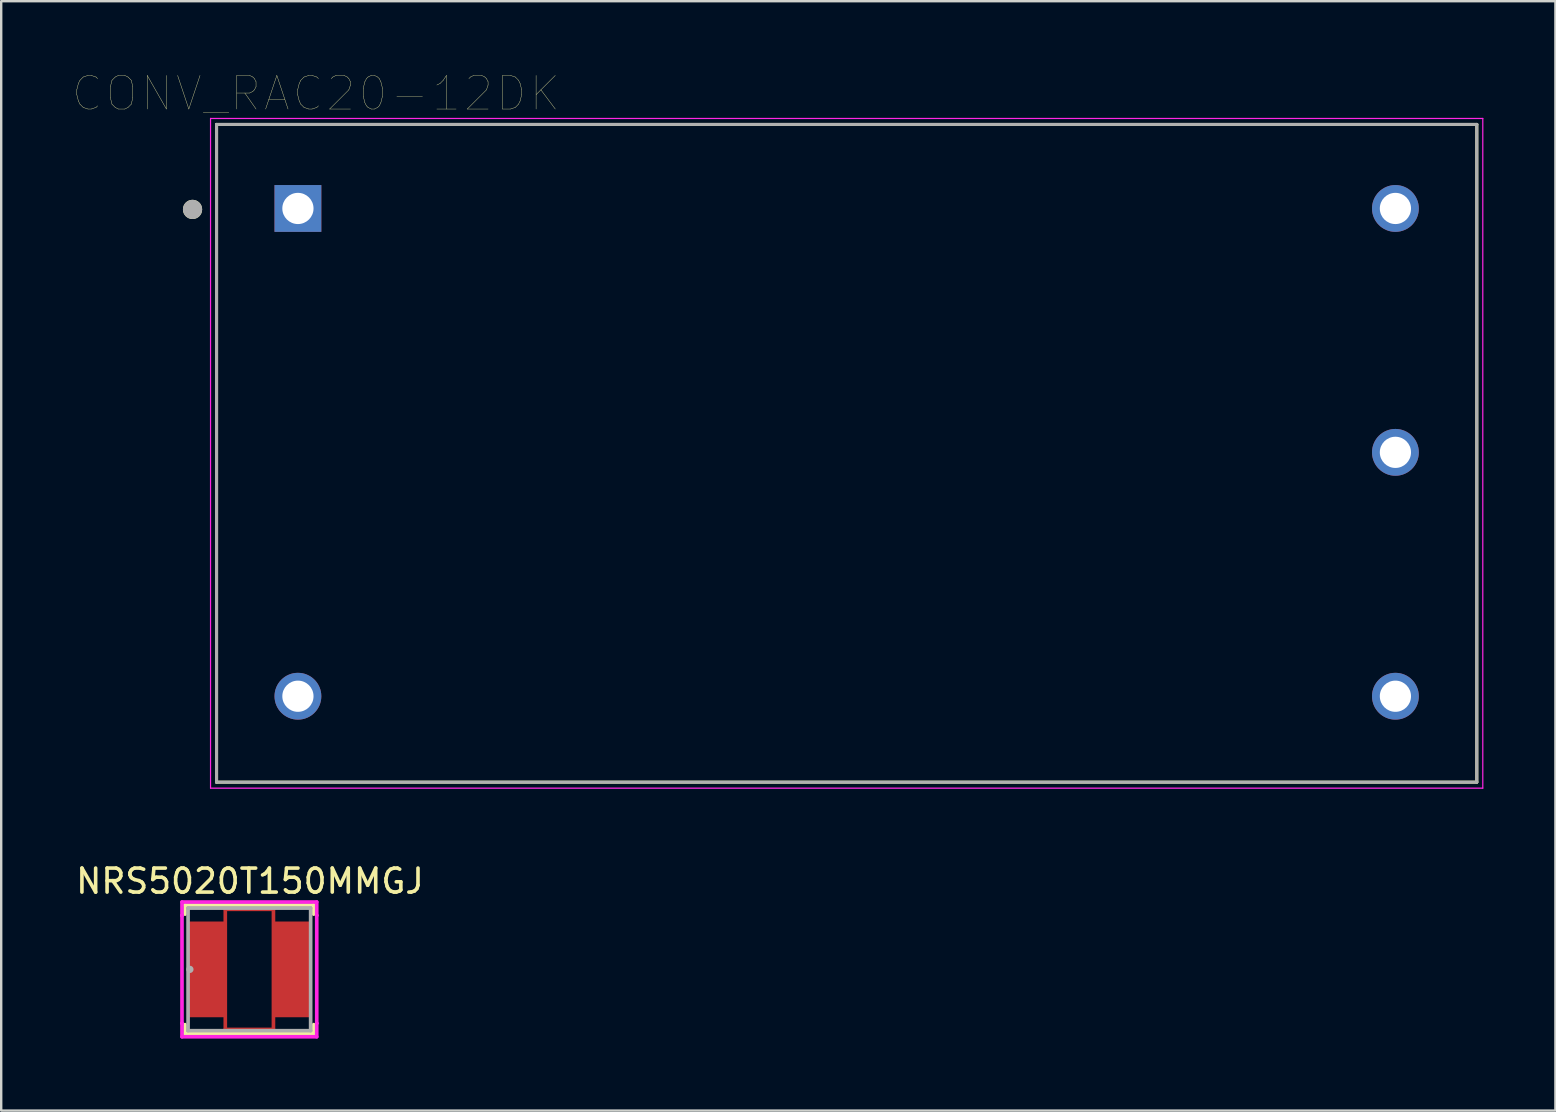
<source format=kicad_pcb>
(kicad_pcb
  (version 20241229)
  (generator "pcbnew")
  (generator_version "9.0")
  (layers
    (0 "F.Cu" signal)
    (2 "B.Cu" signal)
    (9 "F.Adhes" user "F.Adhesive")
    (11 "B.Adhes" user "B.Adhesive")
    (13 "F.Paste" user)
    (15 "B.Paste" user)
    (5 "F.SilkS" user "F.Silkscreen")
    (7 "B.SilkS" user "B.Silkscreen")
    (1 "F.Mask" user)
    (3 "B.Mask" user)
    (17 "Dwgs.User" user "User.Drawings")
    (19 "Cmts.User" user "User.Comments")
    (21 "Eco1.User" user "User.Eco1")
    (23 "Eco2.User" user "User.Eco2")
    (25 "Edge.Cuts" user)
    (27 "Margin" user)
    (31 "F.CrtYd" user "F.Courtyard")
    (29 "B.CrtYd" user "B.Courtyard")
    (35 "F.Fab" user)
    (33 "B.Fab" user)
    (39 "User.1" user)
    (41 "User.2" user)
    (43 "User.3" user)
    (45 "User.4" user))
  (footprint "NRS5020T150MMGJ"
    (layer "F.Cu")
    (at 7.338 37.333)
    (property "Reference" "NRS5020T150MMGJ" (at 0.025 -3.675 0) (layer "F.SilkS") (effects (font (size 1 1) (thickness 0.15))))
    (attr through_hole)
    (fp_line (start -1.003 -2.502) (end 1.003 -2.502) (stroke (width 0.152) (type solid)) (layer "F.Cu"))
    (fp_line (start -1.003 2.502) (end -1.003 -2.502) (stroke (width 0.152) (type solid)) (layer "F.Cu"))
    (fp_line (start 1.003 -2.502) (end 1.003 2.502) (stroke (width 0.152) (type solid)) (layer "F.Cu"))
    (fp_line (start 1.003 2.502) (end -1.003 2.502) (stroke (width 0.152) (type solid)) (layer "F.Cu"))
    (fp_line (start -2.68 -2.68) (end -2.68 -2.301) (stroke (width 0.152) (type solid)) (layer "F.SilkS"))
    (fp_line (start -2.68 2.301) (end -2.68 2.68) (stroke (width 0.152) (type solid)) (layer "F.SilkS"))
    (fp_line (start -2.68 2.68) (end 2.68 2.68) (stroke (width 0.152) (type solid)) (layer "F.SilkS"))
    (fp_line (start 2.68 -2.68) (end -2.68 -2.68) (stroke (width 0.152) (type solid)) (layer "F.SilkS"))
    (fp_line (start 2.68 -2.301) (end 2.68 -2.68) (stroke (width 0.152) (type solid)) (layer "F.SilkS"))
    (fp_line (start 2.68 2.68) (end 2.68 2.301) (stroke (width 0.152) (type solid)) (layer "F.SilkS"))
    (fp_line (start -2.807 -2.807) (end 2.807 -2.807) (stroke (width 0.152) (type solid)) (layer "F.CrtYd"))
    (fp_line (start -2.807 -2.248) (end -2.807 -2.807) (stroke (width 0.152) (type solid)) (layer "F.CrtYd"))
    (fp_line (start -2.807 -2.248) (end -2.807 -2.248) (stroke (width 0.152) (type solid)) (layer "F.CrtYd"))
    (fp_line (start -2.807 2.248) (end -2.807 -2.248) (stroke (width 0.152) (type solid)) (layer "F.CrtYd"))
    (fp_line (start -2.807 2.248) (end -2.807 2.248) (stroke (width 0.152) (type solid)) (layer "F.CrtYd"))
    (fp_line (start -2.807 2.807) (end -2.807 2.248) (stroke (width 0.152) (type solid)) (layer "F.CrtYd"))
    (fp_line (start 2.807 -2.807) (end 2.807 -2.248) (stroke (width 0.152) (type solid)) (layer "F.CrtYd"))
    (fp_line (start 2.807 -2.248) (end 2.807 -2.248) (stroke (width 0.152) (type solid)) (layer "F.CrtYd"))
    (fp_line (start 2.807 -2.248) (end 2.807 2.248) (stroke (width 0.152) (type solid)) (layer "F.CrtYd"))
    (fp_line (start 2.807 2.248) (end 2.807 2.248) (stroke (width 0.152) (type solid)) (layer "F.CrtYd"))
    (fp_line (start 2.807 2.248) (end 2.807 2.807) (stroke (width 0.152) (type solid)) (layer "F.CrtYd"))
    (fp_line (start 2.807 2.807) (end -2.807 2.807) (stroke (width 0.152) (type solid)) (layer "F.CrtYd"))
    (fp_line (start -2.553 -2.553) (end -2.553 2.553) (stroke (width 0.152) (type solid)) (layer "F.Fab"))
    (fp_line (start -2.553 2.553) (end 2.553 2.553) (stroke (width 0.152) (type solid)) (layer "F.Fab"))
    (fp_line (start 2.553 -2.553) (end -2.553 -2.553) (stroke (width 0.152) (type solid)) (layer "F.Fab"))
    (fp_line (start 2.553 2.553) (end 2.553 -2.553) (stroke (width 0.152) (type solid)) (layer "F.Fab"))
    (fp_circle (center -2.477 0) (end -2.477 0) (stroke (width 0.152) (type solid)) (fill no) (layer "F.Fab"))
    (fp_text user "Copyright 2016 Accelerated Designs. All rights reserved." (at 0 0 0) (layer "Cmts.User") (effects (font (size 0.127 0.127) (thickness 0.002))))
    (pad "1" smd rect (at -1.803 0) (size 1.499 3.988) (layers "F.Cu" "F.Mask" "F.Paste"))
    (pad "2" smd rect (at 1.803 0) (size 1.499 3.988) (layers "F.Cu" "F.Mask" "F.Paste")))
  (footprint "CONV_RAC20-12DK"
    (layer "F.Cu")
    (at 32.221 15.834)
    (property "Reference" "CONV_RAC20-12DK" (at -22.105 -14.989 0) (layer "F.SilkS") (effects (font (size 1.4 1.4) (thickness 0.015))))
    (attr through_hole)
    (fp_line (start -26.25 -13.7) (end 26.25 -13.7) (stroke (width 0.127) (type solid)) (layer "F.SilkS"))
    (fp_line (start -26.25 13.7) (end -26.25 -13.7) (stroke (width 0.127) (type solid)) (layer "F.SilkS"))
    (fp_line (start 26.25 -13.7) (end 26.25 13.7) (stroke (width 0.127) (type solid)) (layer "F.SilkS"))
    (fp_line (start 26.25 13.7) (end -26.25 13.7) (stroke (width 0.127) (type solid)) (layer "F.SilkS"))
    (fp_circle (center -27.25 -10.16) (end -27.05 -10.16) (stroke (width 0.4) (type solid)) (fill no) (layer "F.SilkS"))
    (fp_line (start -26.5 -13.95) (end 26.5 -13.95) (stroke (width 0.05) (type solid)) (layer "F.CrtYd"))
    (fp_line (start -26.5 13.95) (end -26.5 -13.95) (stroke (width 0.05) (type solid)) (layer "F.CrtYd"))
    (fp_line (start 26.5 -13.95) (end 26.5 13.95) (stroke (width 0.05) (type solid)) (layer "F.CrtYd"))
    (fp_line (start 26.5 13.95) (end -26.5 13.95) (stroke (width 0.05) (type solid)) (layer "F.CrtYd"))
    (fp_line (start -26.25 -13.7) (end 26.25 -13.7) (stroke (width 0.127) (type solid)) (layer "F.Fab"))
    (fp_line (start -26.25 13.7) (end -26.25 -13.7) (stroke (width 0.127) (type solid)) (layer "F.Fab"))
    (fp_line (start 26.25 -13.7) (end 26.25 13.7) (stroke (width 0.127) (type solid)) (layer "F.Fab"))
    (fp_line (start 26.25 13.7) (end -26.25 13.7) (stroke (width 0.127) (type solid)) (layer "F.Fab"))
    (fp_circle (center -27.25 -10.16) (end -27.05 -10.16) (stroke (width 0.4) (type solid)) (fill no) (layer "F.Fab"))
    (pad "1" thru_hole rect (at -22.86 -10.2) (size 1.95 1.95) (drill 1.3) (layers "*.Cu" "*.Mask"))
    (pad "2" thru_hole circle (at -22.86 10.12) (size 1.95 1.95) (drill 1.3) (layers "*.Cu" "*.Mask"))
    (pad "3" thru_hole circle (at 22.86 10.12) (size 1.95 1.95) (drill 1.3) (layers "*.Cu" "*.Mask"))
    (pad "4" thru_hole circle (at 22.86 -0.04) (size 1.95 1.95) (drill 1.3) (layers "*.Cu" "*.Mask"))
    (pad "5" thru_hole circle (at 22.86 -10.2) (size 1.95 1.95) (drill 1.3) (layers "*.Cu" "*.Mask")))
  (gr_rect
    (start -3 -3)
    (end 61.746 43.215)
    (stroke (width 0.1) (type default))
    (fill no)
    (layer "Edge.Cuts")))
</source>
